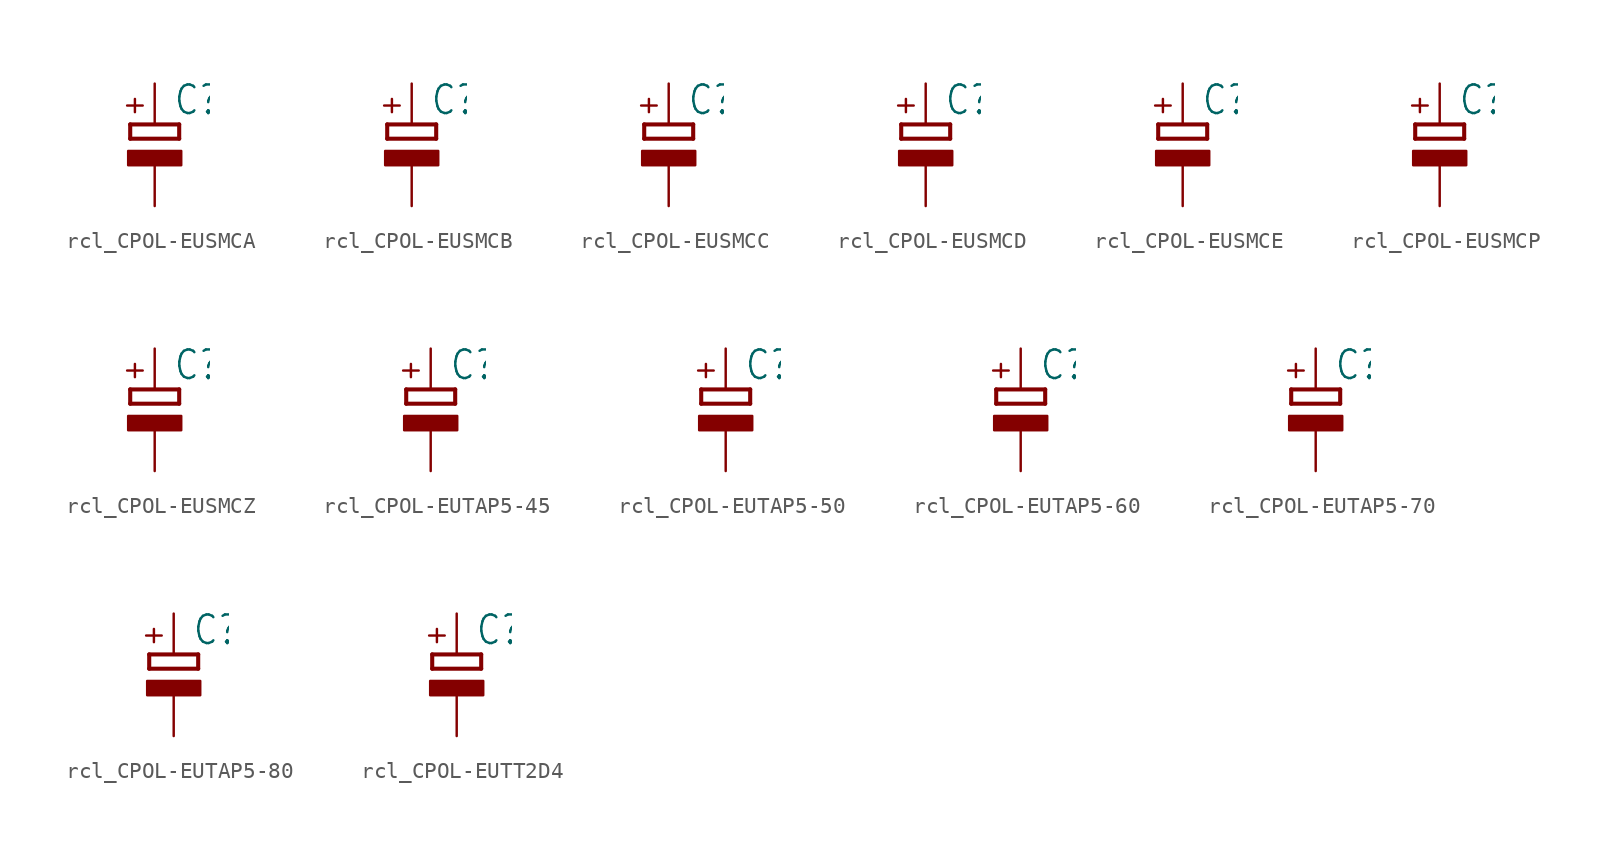
<source format=kicad_sym>
(kicad_symbol_lib
  (version 20241209)
  (generator "kicad_symbol_editor")
  (generator_version "9.0")
  (symbol "rcl_CPOL-EUSMCA"
    (property "Reference" "C"
      (at 1.143 0.483 0)
      (effects (font (size 1.778 1.511)) (justify left bottom)))
    (property "Value" ""
      (at 1.143 -4.597 0)
      (effects (font (size 1.778 1.511)) (justify left bottom)))
    (property "ki_locked" ""
      (at 0 0 0)
      (effects (font (size 1.27 1.27))))
    (symbol "rcl_CPOL-EUSMCA_1_0"
      (rectangle (start -1.651 -2.54) (end 1.651 -1.651) (stroke (width 0) (type default)) (fill (type outline)))
      (polyline (pts (xy -1.524 0) (xy -1.524 -0.889)) (stroke (width 0.254) (type solid)) (fill (type none)))
      (polyline (pts (xy -1.524 0) (xy 1.524 0)) (stroke (width 0.254) (type solid)) (fill (type none)))
      (polyline (pts (xy -1.524 -0.889) (xy 1.524 -0.889)) (stroke (width 0.254) (type solid)) (fill (type none)))
      (polyline (pts (xy 1.524 -0.889) (xy 1.524 0)) (stroke (width 0.254) (type solid)) (fill (type none)))
      (text "+" (at -0.584 0.406 900) (effects (font (size 1.27 1.079)) (justify left bottom)))
      (pin passive line (at 0 2.54 270) (length 2.54) (name "+" (effects (font (size 0 0)))) (number "+" (effects (font (size 0 0)))))
      (pin passive line (at 0 -5.08 90) (length 2.54) (name "-" (effects (font (size 0 0)))) (number "-" (effects (font (size 0 0)))))))
  (symbol "rcl_CPOL-EUSMCB"
    (property "Reference" "C"
      (at 1.143 0.483 0)
      (effects (font (size 1.778 1.511)) (justify left bottom)))
    (property "Value" ""
      (at 1.143 -4.597 0)
      (effects (font (size 1.778 1.511)) (justify left bottom)))
    (property "ki_locked" ""
      (at 0 0 0)
      (effects (font (size 1.27 1.27))))
    (symbol "rcl_CPOL-EUSMCB_1_0"
      (rectangle (start -1.651 -2.54) (end 1.651 -1.651) (stroke (width 0) (type default)) (fill (type outline)))
      (polyline (pts (xy -1.524 0) (xy -1.524 -0.889)) (stroke (width 0.254) (type solid)) (fill (type none)))
      (polyline (pts (xy -1.524 0) (xy 1.524 0)) (stroke (width 0.254) (type solid)) (fill (type none)))
      (polyline (pts (xy -1.524 -0.889) (xy 1.524 -0.889)) (stroke (width 0.254) (type solid)) (fill (type none)))
      (polyline (pts (xy 1.524 -0.889) (xy 1.524 0)) (stroke (width 0.254) (type solid)) (fill (type none)))
      (text "+" (at -0.584 0.406 900) (effects (font (size 1.27 1.079)) (justify left bottom)))
      (pin passive line (at 0 2.54 270) (length 2.54) (name "+" (effects (font (size 0 0)))) (number "+" (effects (font (size 0 0)))))
      (pin passive line (at 0 -5.08 90) (length 2.54) (name "-" (effects (font (size 0 0)))) (number "-" (effects (font (size 0 0)))))))
  (symbol "rcl_CPOL-EUSMCC"
    (property "Reference" "C"
      (at 1.143 0.483 0)
      (effects (font (size 1.778 1.511)) (justify left bottom)))
    (property "Value" ""
      (at 1.143 -4.597 0)
      (effects (font (size 1.778 1.511)) (justify left bottom)))
    (property "ki_locked" ""
      (at 0 0 0)
      (effects (font (size 1.27 1.27))))
    (symbol "rcl_CPOL-EUSMCC_1_0"
      (rectangle (start -1.651 -2.54) (end 1.651 -1.651) (stroke (width 0) (type default)) (fill (type outline)))
      (polyline (pts (xy -1.524 0) (xy -1.524 -0.889)) (stroke (width 0.254) (type solid)) (fill (type none)))
      (polyline (pts (xy -1.524 0) (xy 1.524 0)) (stroke (width 0.254) (type solid)) (fill (type none)))
      (polyline (pts (xy -1.524 -0.889) (xy 1.524 -0.889)) (stroke (width 0.254) (type solid)) (fill (type none)))
      (polyline (pts (xy 1.524 -0.889) (xy 1.524 0)) (stroke (width 0.254) (type solid)) (fill (type none)))
      (text "+" (at -0.584 0.406 900) (effects (font (size 1.27 1.079)) (justify left bottom)))
      (pin passive line (at 0 2.54 270) (length 2.54) (name "+" (effects (font (size 0 0)))) (number "+" (effects (font (size 0 0)))))
      (pin passive line (at 0 -5.08 90) (length 2.54) (name "-" (effects (font (size 0 0)))) (number "-" (effects (font (size 0 0)))))))
  (symbol "rcl_CPOL-EUSMCD"
    (property "Reference" "C"
      (at 1.143 0.483 0)
      (effects (font (size 1.778 1.511)) (justify left bottom)))
    (property "Value" ""
      (at 1.143 -4.597 0)
      (effects (font (size 1.778 1.511)) (justify left bottom)))
    (property "ki_locked" ""
      (at 0 0 0)
      (effects (font (size 1.27 1.27))))
    (symbol "rcl_CPOL-EUSMCD_1_0"
      (rectangle (start -1.651 -2.54) (end 1.651 -1.651) (stroke (width 0) (type default)) (fill (type outline)))
      (polyline (pts (xy -1.524 0) (xy -1.524 -0.889)) (stroke (width 0.254) (type solid)) (fill (type none)))
      (polyline (pts (xy -1.524 0) (xy 1.524 0)) (stroke (width 0.254) (type solid)) (fill (type none)))
      (polyline (pts (xy -1.524 -0.889) (xy 1.524 -0.889)) (stroke (width 0.254) (type solid)) (fill (type none)))
      (polyline (pts (xy 1.524 -0.889) (xy 1.524 0)) (stroke (width 0.254) (type solid)) (fill (type none)))
      (text "+" (at -0.584 0.406 900) (effects (font (size 1.27 1.079)) (justify left bottom)))
      (pin passive line (at 0 2.54 270) (length 2.54) (name "+" (effects (font (size 0 0)))) (number "+" (effects (font (size 0 0)))))
      (pin passive line (at 0 -5.08 90) (length 2.54) (name "-" (effects (font (size 0 0)))) (number "-" (effects (font (size 0 0)))))))
  (symbol "rcl_CPOL-EUSMCE"
    (property "Reference" "C"
      (at 1.143 0.483 0)
      (effects (font (size 1.778 1.511)) (justify left bottom)))
    (property "Value" ""
      (at 1.143 -4.597 0)
      (effects (font (size 1.778 1.511)) (justify left bottom)))
    (property "ki_locked" ""
      (at 0 0 0)
      (effects (font (size 1.27 1.27))))
    (symbol "rcl_CPOL-EUSMCE_1_0"
      (rectangle (start -1.651 -2.54) (end 1.651 -1.651) (stroke (width 0) (type default)) (fill (type outline)))
      (polyline (pts (xy -1.524 0) (xy -1.524 -0.889)) (stroke (width 0.254) (type solid)) (fill (type none)))
      (polyline (pts (xy -1.524 0) (xy 1.524 0)) (stroke (width 0.254) (type solid)) (fill (type none)))
      (polyline (pts (xy -1.524 -0.889) (xy 1.524 -0.889)) (stroke (width 0.254) (type solid)) (fill (type none)))
      (polyline (pts (xy 1.524 -0.889) (xy 1.524 0)) (stroke (width 0.254) (type solid)) (fill (type none)))
      (text "+" (at -0.584 0.406 900) (effects (font (size 1.27 1.079)) (justify left bottom)))
      (pin passive line (at 0 2.54 270) (length 2.54) (name "+" (effects (font (size 0 0)))) (number "+" (effects (font (size 0 0)))))
      (pin passive line (at 0 -5.08 90) (length 2.54) (name "-" (effects (font (size 0 0)))) (number "-" (effects (font (size 0 0)))))))
  (symbol "rcl_CPOL-EUSMCP"
    (property "Reference" "C"
      (at 1.143 0.483 0)
      (effects (font (size 1.778 1.511)) (justify left bottom)))
    (property "Value" ""
      (at 1.143 -4.597 0)
      (effects (font (size 1.778 1.511)) (justify left bottom)))
    (property "ki_locked" ""
      (at 0 0 0)
      (effects (font (size 1.27 1.27))))
    (symbol "rcl_CPOL-EUSMCP_1_0"
      (rectangle (start -1.651 -2.54) (end 1.651 -1.651) (stroke (width 0) (type default)) (fill (type outline)))
      (polyline (pts (xy -1.524 0) (xy -1.524 -0.889)) (stroke (width 0.254) (type solid)) (fill (type none)))
      (polyline (pts (xy -1.524 0) (xy 1.524 0)) (stroke (width 0.254) (type solid)) (fill (type none)))
      (polyline (pts (xy -1.524 -0.889) (xy 1.524 -0.889)) (stroke (width 0.254) (type solid)) (fill (type none)))
      (polyline (pts (xy 1.524 -0.889) (xy 1.524 0)) (stroke (width 0.254) (type solid)) (fill (type none)))
      (text "+" (at -0.584 0.406 900) (effects (font (size 1.27 1.079)) (justify left bottom)))
      (pin passive line (at 0 2.54 270) (length 2.54) (name "+" (effects (font (size 0 0)))) (number "+" (effects (font (size 0 0)))))
      (pin passive line (at 0 -5.08 90) (length 2.54) (name "-" (effects (font (size 0 0)))) (number "-" (effects (font (size 0 0)))))))
  (symbol "rcl_CPOL-EUSMCZ"
    (property "Reference" "C"
      (at 1.143 0.483 0)
      (effects (font (size 1.778 1.511)) (justify left bottom)))
    (property "Value" ""
      (at 1.143 -4.597 0)
      (effects (font (size 1.778 1.511)) (justify left bottom)))
    (property "ki_locked" ""
      (at 0 0 0)
      (effects (font (size 1.27 1.27))))
    (symbol "rcl_CPOL-EUSMCZ_1_0"
      (rectangle (start -1.651 -2.54) (end 1.651 -1.651) (stroke (width 0) (type default)) (fill (type outline)))
      (polyline (pts (xy -1.524 0) (xy -1.524 -0.889)) (stroke (width 0.254) (type solid)) (fill (type none)))
      (polyline (pts (xy -1.524 0) (xy 1.524 0)) (stroke (width 0.254) (type solid)) (fill (type none)))
      (polyline (pts (xy -1.524 -0.889) (xy 1.524 -0.889)) (stroke (width 0.254) (type solid)) (fill (type none)))
      (polyline (pts (xy 1.524 -0.889) (xy 1.524 0)) (stroke (width 0.254) (type solid)) (fill (type none)))
      (text "+" (at -0.584 0.406 900) (effects (font (size 1.27 1.079)) (justify left bottom)))
      (pin passive line (at 0 2.54 270) (length 2.54) (name "+" (effects (font (size 0 0)))) (number "+" (effects (font (size 0 0)))))
      (pin passive line (at 0 -5.08 90) (length 2.54) (name "-" (effects (font (size 0 0)))) (number "-" (effects (font (size 0 0)))))))
  (symbol "rcl_CPOL-EUTAP5-45"
    (property "Reference" "C"
      (at 1.143 0.483 0)
      (effects (font (size 1.778 1.511)) (justify left bottom)))
    (property "Value" ""
      (at 1.143 -4.597 0)
      (effects (font (size 1.778 1.511)) (justify left bottom)))
    (property "ki_locked" ""
      (at 0 0 0)
      (effects (font (size 1.27 1.27))))
    (symbol "rcl_CPOL-EUTAP5-45_1_0"
      (rectangle (start -1.651 -2.54) (end 1.651 -1.651) (stroke (width 0) (type default)) (fill (type outline)))
      (polyline (pts (xy -1.524 0) (xy -1.524 -0.889)) (stroke (width 0.254) (type solid)) (fill (type none)))
      (polyline (pts (xy -1.524 0) (xy 1.524 0)) (stroke (width 0.254) (type solid)) (fill (type none)))
      (polyline (pts (xy -1.524 -0.889) (xy 1.524 -0.889)) (stroke (width 0.254) (type solid)) (fill (type none)))
      (polyline (pts (xy 1.524 -0.889) (xy 1.524 0)) (stroke (width 0.254) (type solid)) (fill (type none)))
      (text "+" (at -0.584 0.406 900) (effects (font (size 1.27 1.079)) (justify left bottom)))
      (pin passive line (at 0 2.54 270) (length 2.54) (name "+" (effects (font (size 0 0)))) (number "+" (effects (font (size 0 0)))))
      (pin passive line (at 0 -5.08 90) (length 2.54) (name "-" (effects (font (size 0 0)))) (number "-" (effects (font (size 0 0)))))))
  (symbol "rcl_CPOL-EUTAP5-50"
    (property "Reference" "C"
      (at 1.143 0.483 0)
      (effects (font (size 1.778 1.511)) (justify left bottom)))
    (property "Value" ""
      (at 1.143 -4.597 0)
      (effects (font (size 1.778 1.511)) (justify left bottom)))
    (property "ki_locked" ""
      (at 0 0 0)
      (effects (font (size 1.27 1.27))))
    (symbol "rcl_CPOL-EUTAP5-50_1_0"
      (rectangle (start -1.651 -2.54) (end 1.651 -1.651) (stroke (width 0) (type default)) (fill (type outline)))
      (polyline (pts (xy -1.524 0) (xy -1.524 -0.889)) (stroke (width 0.254) (type solid)) (fill (type none)))
      (polyline (pts (xy -1.524 0) (xy 1.524 0)) (stroke (width 0.254) (type solid)) (fill (type none)))
      (polyline (pts (xy -1.524 -0.889) (xy 1.524 -0.889)) (stroke (width 0.254) (type solid)) (fill (type none)))
      (polyline (pts (xy 1.524 -0.889) (xy 1.524 0)) (stroke (width 0.254) (type solid)) (fill (type none)))
      (text "+" (at -0.584 0.406 900) (effects (font (size 1.27 1.079)) (justify left bottom)))
      (pin passive line (at 0 2.54 270) (length 2.54) (name "+" (effects (font (size 0 0)))) (number "+" (effects (font (size 0 0)))))
      (pin passive line (at 0 -5.08 90) (length 2.54) (name "-" (effects (font (size 0 0)))) (number "-" (effects (font (size 0 0)))))))
  (symbol "rcl_CPOL-EUTAP5-60"
    (property "Reference" "C"
      (at 1.143 0.483 0)
      (effects (font (size 1.778 1.511)) (justify left bottom)))
    (property "Value" ""
      (at 1.143 -4.597 0)
      (effects (font (size 1.778 1.511)) (justify left bottom)))
    (property "ki_locked" ""
      (at 0 0 0)
      (effects (font (size 1.27 1.27))))
    (symbol "rcl_CPOL-EUTAP5-60_1_0"
      (rectangle (start -1.651 -2.54) (end 1.651 -1.651) (stroke (width 0) (type default)) (fill (type outline)))
      (polyline (pts (xy -1.524 0) (xy -1.524 -0.889)) (stroke (width 0.254) (type solid)) (fill (type none)))
      (polyline (pts (xy -1.524 0) (xy 1.524 0)) (stroke (width 0.254) (type solid)) (fill (type none)))
      (polyline (pts (xy -1.524 -0.889) (xy 1.524 -0.889)) (stroke (width 0.254) (type solid)) (fill (type none)))
      (polyline (pts (xy 1.524 -0.889) (xy 1.524 0)) (stroke (width 0.254) (type solid)) (fill (type none)))
      (text "+" (at -0.584 0.406 900) (effects (font (size 1.27 1.079)) (justify left bottom)))
      (pin passive line (at 0 2.54 270) (length 2.54) (name "+" (effects (font (size 0 0)))) (number "+" (effects (font (size 0 0)))))
      (pin passive line (at 0 -5.08 90) (length 2.54) (name "-" (effects (font (size 0 0)))) (number "-" (effects (font (size 0 0)))))))
  (symbol "rcl_CPOL-EUTAP5-70"
    (property "Reference" "C"
      (at 1.143 0.483 0)
      (effects (font (size 1.778 1.511)) (justify left bottom)))
    (property "Value" ""
      (at 1.143 -4.597 0)
      (effects (font (size 1.778 1.511)) (justify left bottom)))
    (property "ki_locked" ""
      (at 0 0 0)
      (effects (font (size 1.27 1.27))))
    (symbol "rcl_CPOL-EUTAP5-70_1_0"
      (rectangle (start -1.651 -2.54) (end 1.651 -1.651) (stroke (width 0) (type default)) (fill (type outline)))
      (polyline (pts (xy -1.524 0) (xy -1.524 -0.889)) (stroke (width 0.254) (type solid)) (fill (type none)))
      (polyline (pts (xy -1.524 0) (xy 1.524 0)) (stroke (width 0.254) (type solid)) (fill (type none)))
      (polyline (pts (xy -1.524 -0.889) (xy 1.524 -0.889)) (stroke (width 0.254) (type solid)) (fill (type none)))
      (polyline (pts (xy 1.524 -0.889) (xy 1.524 0)) (stroke (width 0.254) (type solid)) (fill (type none)))
      (text "+" (at -0.584 0.406 900) (effects (font (size 1.27 1.079)) (justify left bottom)))
      (pin passive line (at 0 2.54 270) (length 2.54) (name "+" (effects (font (size 0 0)))) (number "+" (effects (font (size 0 0)))))
      (pin passive line (at 0 -5.08 90) (length 2.54) (name "-" (effects (font (size 0 0)))) (number "-" (effects (font (size 0 0)))))))
  (symbol "rcl_CPOL-EUTAP5-80"
    (property "Reference" "C"
      (at 1.143 0.483 0)
      (effects (font (size 1.778 1.511)) (justify left bottom)))
    (property "Value" ""
      (at 1.143 -4.597 0)
      (effects (font (size 1.778 1.511)) (justify left bottom)))
    (property "ki_locked" ""
      (at 0 0 0)
      (effects (font (size 1.27 1.27))))
    (symbol "rcl_CPOL-EUTAP5-80_1_0"
      (rectangle (start -1.651 -2.54) (end 1.651 -1.651) (stroke (width 0) (type default)) (fill (type outline)))
      (polyline (pts (xy -1.524 0) (xy -1.524 -0.889)) (stroke (width 0.254) (type solid)) (fill (type none)))
      (polyline (pts (xy -1.524 0) (xy 1.524 0)) (stroke (width 0.254) (type solid)) (fill (type none)))
      (polyline (pts (xy -1.524 -0.889) (xy 1.524 -0.889)) (stroke (width 0.254) (type solid)) (fill (type none)))
      (polyline (pts (xy 1.524 -0.889) (xy 1.524 0)) (stroke (width 0.254) (type solid)) (fill (type none)))
      (text "+" (at -0.584 0.406 900) (effects (font (size 1.27 1.079)) (justify left bottom)))
      (pin passive line (at 0 2.54 270) (length 2.54) (name "+" (effects (font (size 0 0)))) (number "+" (effects (font (size 0 0)))))
      (pin passive line (at 0 -5.08 90) (length 2.54) (name "-" (effects (font (size 0 0)))) (number "-" (effects (font (size 0 0)))))))
  (symbol "rcl_CPOL-EUTT2D4"
    (property "Reference" "C"
      (at 1.143 0.483 0)
      (effects (font (size 1.778 1.511)) (justify left bottom)))
    (property "Value" ""
      (at 1.143 -4.597 0)
      (effects (font (size 1.778 1.511)) (justify left bottom)))
    (property "ki_locked" ""
      (at 0 0 0)
      (effects (font (size 1.27 1.27))))
    (symbol "rcl_CPOL-EUTT2D4_1_0"
      (rectangle (start -1.651 -2.54) (end 1.651 -1.651) (stroke (width 0) (type default)) (fill (type outline)))
      (polyline (pts (xy -1.524 0) (xy -1.524 -0.889)) (stroke (width 0.254) (type solid)) (fill (type none)))
      (polyline (pts (xy -1.524 0) (xy 1.524 0)) (stroke (width 0.254) (type solid)) (fill (type none)))
      (polyline (pts (xy -1.524 -0.889) (xy 1.524 -0.889)) (stroke (width 0.254) (type solid)) (fill (type none)))
      (polyline (pts (xy 1.524 -0.889) (xy 1.524 0)) (stroke (width 0.254) (type solid)) (fill (type none)))
      (text "+" (at -0.584 0.406 900) (effects (font (size 1.27 1.079)) (justify left bottom)))
      (pin passive line (at 0 2.54 270) (length 2.54) (name "+" (effects (font (size 0 0)))) (number "+" (effects (font (size 0 0)))))
      (pin passive line (at 0 -5.08 90) (length 2.54) (name "-" (effects (font (size 0 0)))) (number "-" (effects (font (size 0 0))))))))
</source>
